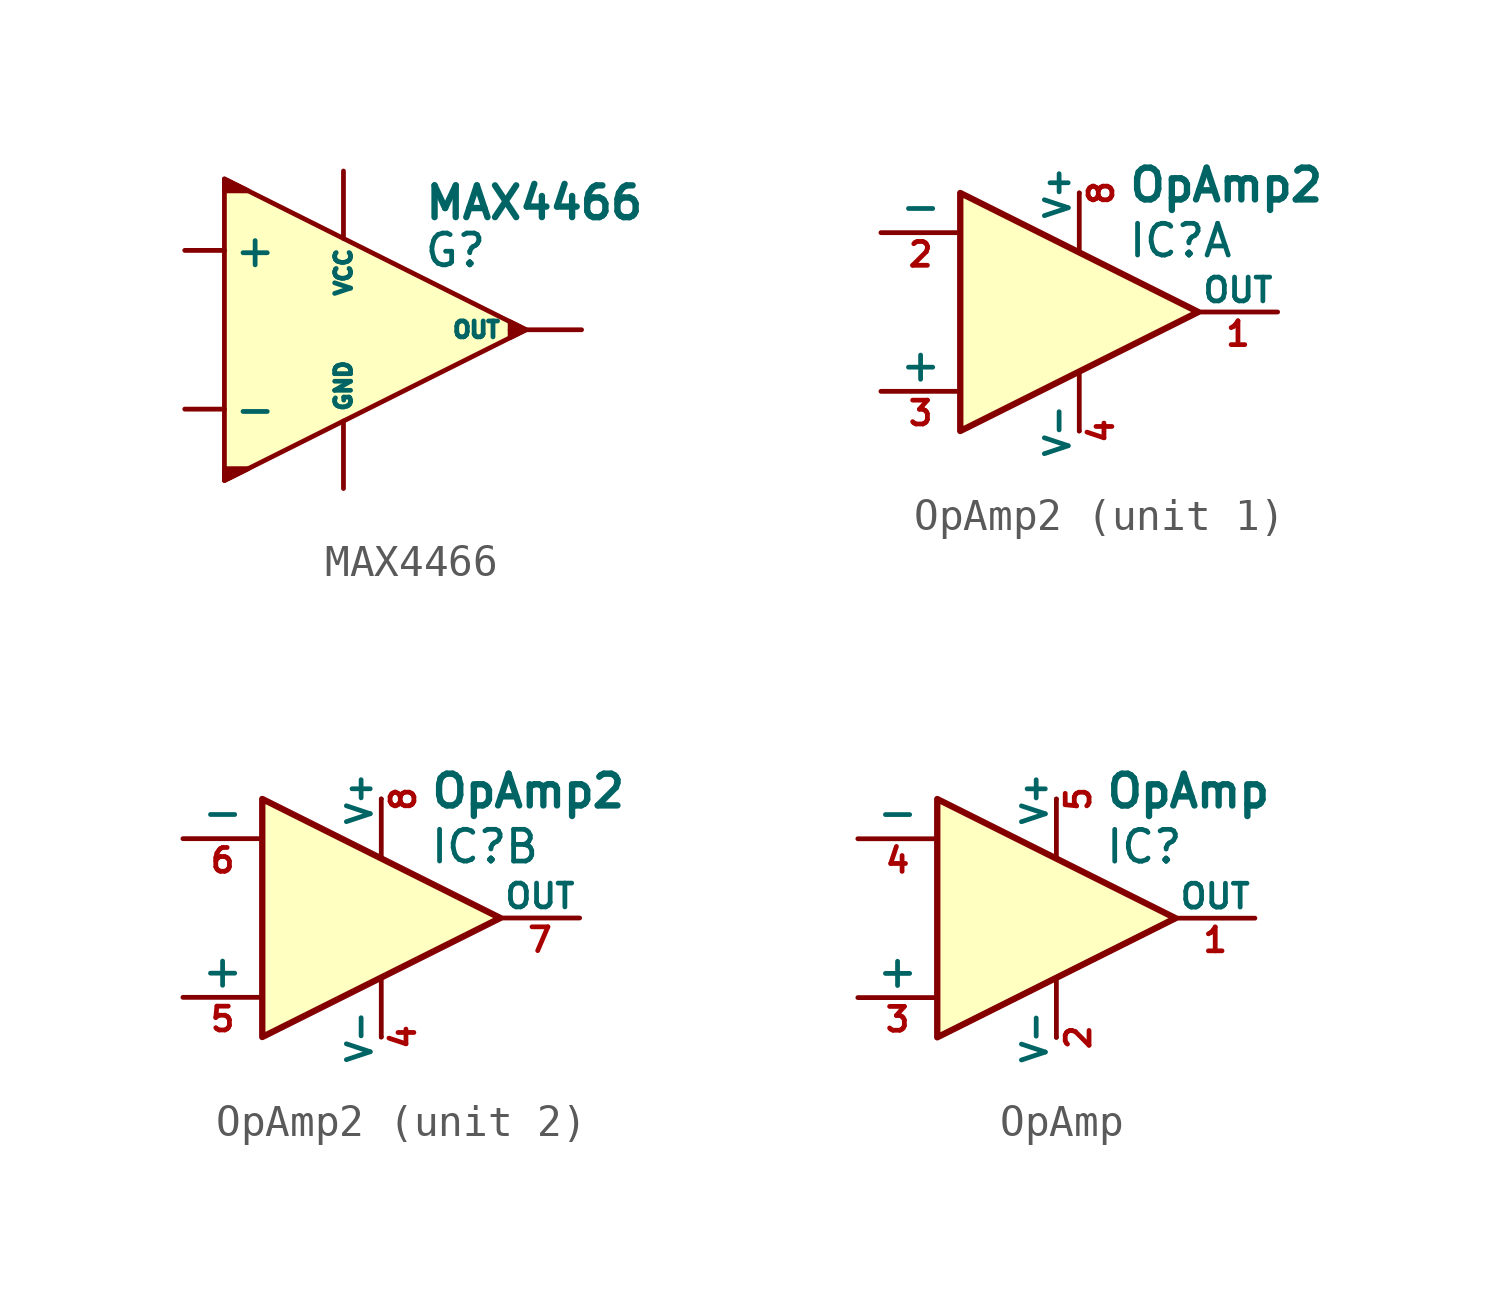
<source format=kicad_sym>
(kicad_symbol_lib
  (version 20231120)
  (generator "kicad_symbol_editor")
  (generator_version "8.0")
  (symbol "MAX4466"
    (pin_numbers hide)
    (pin_names
      (offset 0.254))
    (property "Reference" "G"
      (at 2.54 2.54 0)
      (effects (font (size 1.016 1.016)) (justify left)))
    (property "Value" "MAX4466"
      (at 2.54 4.064 0)
      (effects (font (size 1.016 1.016) (bold yes)) (justify left)))
    (symbol "MAX4466_0_1"
      (polyline (pts (xy -3.81 -4.826) (xy -3.81 -4.445) (xy -3.048 -4.445) (xy -3.81 -4.826)) (stroke (width 0) (type solid)) (fill (type outline)))
      (polyline (pts (xy -3.81 4.445) (xy -3.048 4.445) (xy -3.81 4.826) (xy -3.81 4.445)) (stroke (width 0) (type solid)) (fill (type outline)))
      (polyline (pts (xy 5.334 0.254) (xy 5.334 -0.254) (xy 5.842 0) (xy 5.334 0.254)) (stroke (width 0) (type solid)) (fill (type outline)))
      (polyline (pts (xy 5.842 0) (xy -3.81 4.826) (xy -3.81 -4.826) (xy 5.842 0)) (stroke (width 0) (type solid)) (fill (type background))))
    (symbol "MAX4466_1_1"
      (pin input line (at -5.08 2.54 0) (length 1.27) (name "+" (effects (font (size 1.016 1.016)))) (number "1" (effects (font (size 0.762 0.762)))))
      (pin power_in line (at 0 -5.08 90) (length 2.159) (name "GND" (effects (font (size 0.508 0.508)))) (number "2" (effects (font (size 0.762 0.762)))))
      (pin input line (at -5.08 -2.54 0) (length 1.27) (name "-" (effects (font (size 1.016 1.016)))) (number "3" (effects (font (size 0.762 0.762)))))
      (pin output line (at 7.62 0 180) (length 2.286) (name "OUT" (effects (font (size 0.508 0.508)))) (number "4" (effects (font (size 0.762 0.762)))))
      (pin power_in line (at 0 5.08 270) (length 2.159) (name "VCC" (effects (font (size 0.508 0.508)))) (number "5" (effects (font (size 0.762 0.762)))))))
  (symbol "OpAmp2"
    (pin_names
      (offset 0))
    (property "Reference" "IC"
      (at 1.524 2.286 0)
      (effects (font (size 1.016 1.016)) (justify left)))
    (property "Value" "OpAmp2"
      (at 1.524 4.064 0)
      (effects (font (size 1.016 1.016) (bold yes)) (justify left)))
    (symbol "OpAmp2_0_0"
      (pin power_in line (at 0 -3.81 90) (length 0) (name "V-" (effects (font (size 0.762 0.762)))) (number "4" (effects (font (size 0.762 0.762)))))
      (pin power_in line (at 0 3.81 270) (length 0) (name "V+" (effects (font (size 0.762 0.762)))) (number "8" (effects (font (size 0.762 0.762))))))
    (symbol "OpAmp2_0_1"
      (polyline (pts (xy 0 -3.81) (xy 0 -1.905)) (stroke (width 0) (type solid)) (fill (type none)))
      (polyline (pts (xy 0 1.905) (xy 0 3.81)) (stroke (width 0) (type solid)) (fill (type none)))
      (polyline (pts (xy -3.81 -3.81) (xy -3.81 3.81) (xy 3.81 0) (xy -3.81 -3.81)) (stroke (width 0.203) (type solid)) (fill (type background))))
    (symbol "OpAmp2_1_1"
      (pin output line (at 6.35 0 180) (length 2.54) (name "OUT" (effects (font (size 0.762 0.762)))) (number "1" (effects (font (size 0.762 0.762)))))
      (pin input line (at -6.35 2.54 0) (length 2.54) (name "-" (effects (font (size 1.016 1.016)))) (number "2" (effects (font (size 0.762 0.762)))))
      (pin input line (at -6.35 -2.54 0) (length 2.54) (name "+" (effects (font (size 1.016 1.016)))) (number "3" (effects (font (size 0.762 0.762))))))
    (symbol "OpAmp2_2_1"
      (pin input line (at -6.35 -2.54 0) (length 2.54) (name "+" (effects (font (size 1.016 1.016)))) (number "5" (effects (font (size 0.762 0.762)))))
      (pin input line (at -6.35 2.54 0) (length 2.54) (name "-" (effects (font (size 1.016 1.016)))) (number "6" (effects (font (size 0.762 0.762)))))
      (pin output line (at 6.35 0 180) (length 2.54) (name "OUT" (effects (font (size 0.762 0.762)))) (number "7" (effects (font (size 0.762 0.762)))))))
  (symbol "OpAmp"
    (pin_names
      (offset 0))
    (property "Reference" "IC"
      (at 1.524 2.286 0)
      (effects (font (size 1.016 1.016)) (justify left)))
    (property "Value" "OpAmp"
      (at 1.524 4.064 0)
      (effects (font (size 1.016 1.016) (bold yes)) (justify left)))
    (symbol "OpAmp_0_0"
      (pin power_in line (at 0 -3.81 90) (length 0) (name "V-" (effects (font (size 0.762 0.762)))) (number "2" (effects (font (size 0.762 0.762)))))
      (pin power_in line (at 0 3.81 270) (length 0) (name "V+" (effects (font (size 0.762 0.762)))) (number "5" (effects (font (size 0.762 0.762))))))
    (symbol "OpAmp_0_1"
      (polyline (pts (xy 0 -3.81) (xy 0 -1.905)) (stroke (width 0) (type solid)) (fill (type none)))
      (polyline (pts (xy 0 1.905) (xy 0 3.81)) (stroke (width 0) (type solid)) (fill (type none)))
      (polyline (pts (xy -3.81 -3.81) (xy -3.81 3.81) (xy 3.81 0) (xy -3.81 -3.81)) (stroke (width 0.203) (type solid)) (fill (type background))))
    (symbol "OpAmp_1_1"
      (pin output line (at 6.35 0 180) (length 2.54) (name "OUT" (effects (font (size 0.762 0.762)))) (number "1" (effects (font (size 0.762 0.762)))))
      (pin input line (at -6.35 -2.54 0) (length 2.54) (name "+" (effects (font (size 1.016 1.016)))) (number "3" (effects (font (size 0.762 0.762)))))
      (pin input line (at -6.35 2.54 0) (length 2.54) (name "-" (effects (font (size 1.016 1.016)))) (number "4" (effects (font (size 0.762 0.762))))))))
</source>
